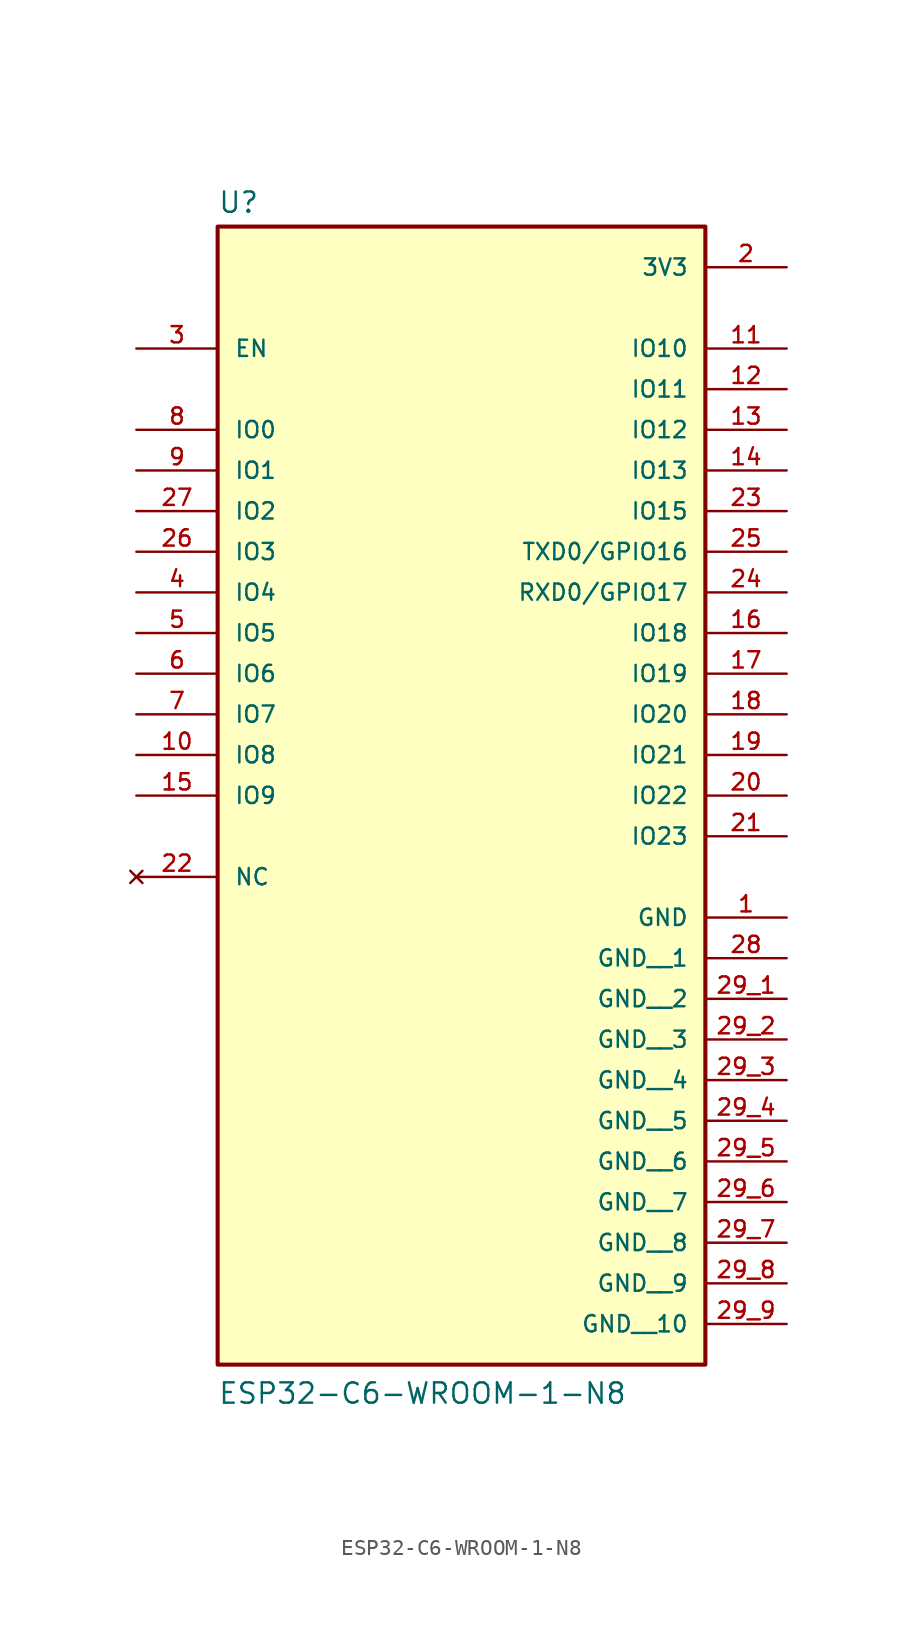
<source format=kicad_sym>
(kicad_symbol_lib
  (version 20211014)
  (generator kicad_symbol_editor)
  (symbol "ESP32-C6-WROOM-1-N8"
    (pin_names
      (offset 1.016))
    (property "Reference" "U"
      (at -15.24 23.622 0)
      (effects (font (size 1.27 1.27)) (justify bottom left)))
    (property "Value" "ESP32-C6-WROOM-1-N8"
      (at -15.24 -50.8 0)
      (effects (font (size 1.27 1.27)) (justify bottom left)))
    (symbol "ESP32-C6-WROOM-1-N8_0_0"
      (rectangle (start -15.24 -48.26) (end 15.24 22.86) (stroke (width 0.254)) (fill (type background)))
      (pin power_in line (at 20.32 -20.32 180.0) (length 5.08) (name "GND" (effects (font (size 1.016 1.016)))) (number "1" (effects (font (size 1.016 1.016)))))
      (pin power_in line (at 20.32 20.32 180.0) (length 5.08) (name "3V3" (effects (font (size 1.016 1.016)))) (number "2" (effects (font (size 1.016 1.016)))))
      (pin input line (at -20.32 15.24 0) (length 5.08) (name "EN" (effects (font (size 1.016 1.016)))) (number "3" (effects (font (size 1.016 1.016)))))
      (pin bidirectional line (at -20.32 0.0 0) (length 5.08) (name "IO4" (effects (font (size 1.016 1.016)))) (number "4" (effects (font (size 1.016 1.016)))))
      (pin bidirectional line (at -20.32 -2.54 0) (length 5.08) (name "IO5" (effects (font (size 1.016 1.016)))) (number "5" (effects (font (size 1.016 1.016)))))
      (pin bidirectional line (at -20.32 -5.08 0) (length 5.08) (name "IO6" (effects (font (size 1.016 1.016)))) (number "6" (effects (font (size 1.016 1.016)))))
      (pin bidirectional line (at -20.32 -7.62 0) (length 5.08) (name "IO7" (effects (font (size 1.016 1.016)))) (number "7" (effects (font (size 1.016 1.016)))))
      (pin bidirectional line (at -20.32 10.16 0) (length 5.08) (name "IO0" (effects (font (size 1.016 1.016)))) (number "8" (effects (font (size 1.016 1.016)))))
      (pin bidirectional line (at -20.32 7.62 0) (length 5.08) (name "IO1" (effects (font (size 1.016 1.016)))) (number "9" (effects (font (size 1.016 1.016)))))
      (pin bidirectional line (at -20.32 -10.16 0) (length 5.08) (name "IO8" (effects (font (size 1.016 1.016)))) (number "10" (effects (font (size 1.016 1.016)))))
      (pin bidirectional line (at 20.32 15.24 180.0) (length 5.08) (name "IO10" (effects (font (size 1.016 1.016)))) (number "11" (effects (font (size 1.016 1.016)))))
      (pin bidirectional line (at 20.32 12.7 180.0) (length 5.08) (name "IO11" (effects (font (size 1.016 1.016)))) (number "12" (effects (font (size 1.016 1.016)))))
      (pin bidirectional line (at 20.32 10.16 180.0) (length 5.08) (name "IO12" (effects (font (size 1.016 1.016)))) (number "13" (effects (font (size 1.016 1.016)))))
      (pin bidirectional line (at 20.32 7.62 180.0) (length 5.08) (name "IO13" (effects (font (size 1.016 1.016)))) (number "14" (effects (font (size 1.016 1.016)))))
      (pin bidirectional line (at -20.32 5.08 0) (length 5.08) (name "IO2" (effects (font (size 1.016 1.016)))) (number "27" (effects (font (size 1.016 1.016)))))
      (pin bidirectional line (at -20.32 2.54 0) (length 5.08) (name "IO3" (effects (font (size 1.016 1.016)))) (number "26" (effects (font (size 1.016 1.016)))))
      (pin bidirectional line (at 20.32 2.54 180.0) (length 5.08) (name "TXD0/GPIO16" (effects (font (size 1.016 1.016)))) (number "25" (effects (font (size 1.016 1.016)))))
      (pin bidirectional line (at 20.32 0.0 180.0) (length 5.08) (name "RXD0/GPIO17" (effects (font (size 1.016 1.016)))) (number "24" (effects (font (size 1.016 1.016)))))
      (pin bidirectional line (at 20.32 5.08 180.0) (length 5.08) (name "IO15" (effects (font (size 1.016 1.016)))) (number "23" (effects (font (size 1.016 1.016)))))
      (pin no_connect line (at -20.32 -17.78 0) (length 5.08) (name "NC" (effects (font (size 1.016 1.016)))) (number "22" (effects (font (size 1.016 1.016)))))
      (pin bidirectional line (at 20.32 -15.24 180.0) (length 5.08) (name "IO23" (effects (font (size 1.016 1.016)))) (number "21" (effects (font (size 1.016 1.016)))))
      (pin bidirectional line (at 20.32 -12.7 180.0) (length 5.08) (name "IO22" (effects (font (size 1.016 1.016)))) (number "20" (effects (font (size 1.016 1.016)))))
      (pin bidirectional line (at 20.32 -10.16 180.0) (length 5.08) (name "IO21" (effects (font (size 1.016 1.016)))) (number "19" (effects (font (size 1.016 1.016)))))
      (pin bidirectional line (at 20.32 -7.62 180.0) (length 5.08) (name "IO20" (effects (font (size 1.016 1.016)))) (number "18" (effects (font (size 1.016 1.016)))))
      (pin bidirectional line (at 20.32 -5.08 180.0) (length 5.08) (name "IO19" (effects (font (size 1.016 1.016)))) (number "17" (effects (font (size 1.016 1.016)))))
      (pin bidirectional line (at 20.32 -2.54 180.0) (length 5.08) (name "IO18" (effects (font (size 1.016 1.016)))) (number "16" (effects (font (size 1.016 1.016)))))
      (pin bidirectional line (at -20.32 -12.7 0) (length 5.08) (name "IO9" (effects (font (size 1.016 1.016)))) (number "15" (effects (font (size 1.016 1.016)))))
      (pin power_in line (at 20.32 -22.86 180.0) (length 5.08) (name "GND__1" (effects (font (size 1.016 1.016)))) (number "28" (effects (font (size 1.016 1.016)))))
      (pin power_in line (at 20.32 -25.4 180.0) (length 5.08) (name "GND__2" (effects (font (size 1.016 1.016)))) (number "29_1" (effects (font (size 1.016 1.016)))))
      (pin power_in line (at 20.32 -27.94 180.0) (length 5.08) (name "GND__3" (effects (font (size 1.016 1.016)))) (number "29_2" (effects (font (size 1.016 1.016)))))
      (pin power_in line (at 20.32 -30.48 180.0) (length 5.08) (name "GND__4" (effects (font (size 1.016 1.016)))) (number "29_3" (effects (font (size 1.016 1.016)))))
      (pin power_in line (at 20.32 -33.02 180.0) (length 5.08) (name "GND__5" (effects (font (size 1.016 1.016)))) (number "29_4" (effects (font (size 1.016 1.016)))))
      (pin power_in line (at 20.32 -35.56 180.0) (length 5.08) (name "GND__6" (effects (font (size 1.016 1.016)))) (number "29_5" (effects (font (size 1.016 1.016)))))
      (pin power_in line (at 20.32 -38.1 180.0) (length 5.08) (name "GND__7" (effects (font (size 1.016 1.016)))) (number "29_6" (effects (font (size 1.016 1.016)))))
      (pin power_in line (at 20.32 -40.64 180.0) (length 5.08) (name "GND__8" (effects (font (size 1.016 1.016)))) (number "29_7" (effects (font (size 1.016 1.016)))))
      (pin power_in line (at 20.32 -43.18 180.0) (length 5.08) (name "GND__9" (effects (font (size 1.016 1.016)))) (number "29_8" (effects (font (size 1.016 1.016)))))
      (pin power_in line (at 20.32 -45.72 180.0) (length 5.08) (name "GND__10" (effects (font (size 1.016 1.016)))) (number "29_9" (effects (font (size 1.016 1.016))))))))
</source>
